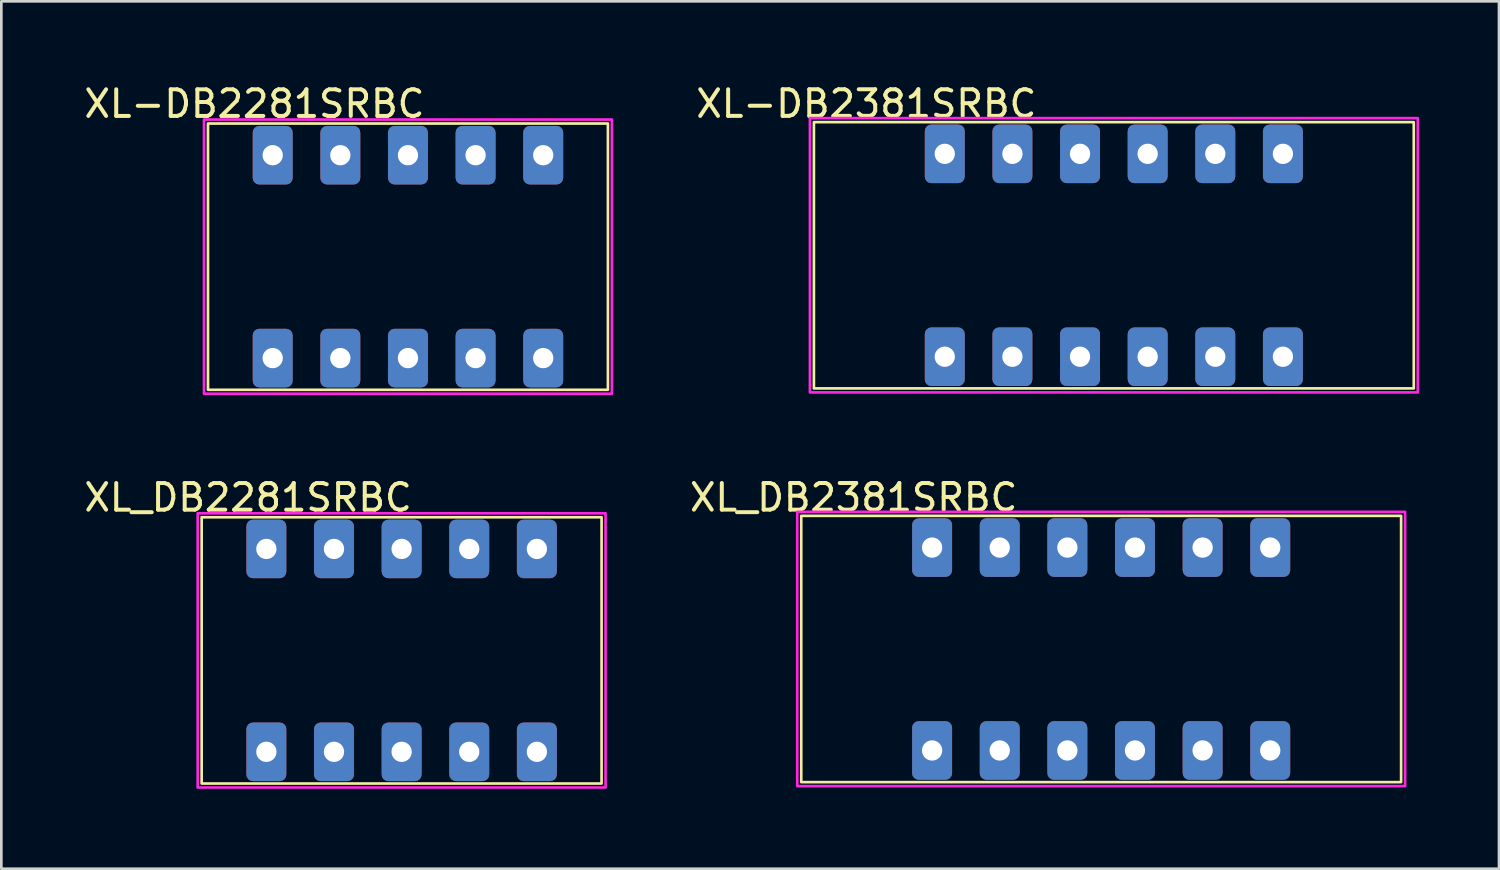
<source format=kicad_pcb>
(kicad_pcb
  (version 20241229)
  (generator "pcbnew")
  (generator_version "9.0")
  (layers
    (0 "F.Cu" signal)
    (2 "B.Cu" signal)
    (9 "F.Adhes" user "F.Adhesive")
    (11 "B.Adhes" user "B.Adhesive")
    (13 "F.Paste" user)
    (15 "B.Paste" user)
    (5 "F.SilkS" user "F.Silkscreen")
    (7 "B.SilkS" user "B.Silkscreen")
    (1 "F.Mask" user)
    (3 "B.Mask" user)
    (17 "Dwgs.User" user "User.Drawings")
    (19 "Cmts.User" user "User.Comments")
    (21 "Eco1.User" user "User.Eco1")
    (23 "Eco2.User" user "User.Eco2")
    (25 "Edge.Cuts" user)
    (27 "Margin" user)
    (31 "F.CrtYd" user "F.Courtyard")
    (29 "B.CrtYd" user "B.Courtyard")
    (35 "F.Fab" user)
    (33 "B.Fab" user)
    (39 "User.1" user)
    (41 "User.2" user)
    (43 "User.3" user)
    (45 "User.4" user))
  (footprint "XL-DB2281SRBC"
    (layer "F.Cu")
    (at 12.272 6.589)
    (property "Reference" "XL-DB2281SRBC" (at -5.766 -5.74 0) (layer "F.SilkS") (effects (font (size 1 1) (thickness 0.15))))
    (attr through_hole)
    (fp_rect (start -7.51 -5) (end 7.51 5) (stroke (width 0.1) (type solid)) (fill no) (layer "F.SilkS"))
    (fp_rect (start -7.66 -5.15) (end 7.66 5.15) (stroke (width 0.1) (type solid)) (fill no) (layer "F.CrtYd"))
    (pad "1" thru_hole roundrect (at -5.08 3.81) (size 1.5 2.2) (drill 0.762) (layers "*.Cu" "*.Mask") (roundrect_rratio 0.164))
    (pad "2" thru_hole roundrect (at -2.54 3.81) (size 1.5 2.2) (drill 0.762) (layers "*.Cu" "*.Mask") (roundrect_rratio 0.164))
    (pad "3" thru_hole roundrect (at 0 3.81) (size 1.5 2.2) (drill 0.762) (layers "*.Cu" "*.Mask") (roundrect_rratio 0.164))
    (pad "4" thru_hole roundrect (at 2.54 3.81) (size 1.5 2.2) (drill 0.762) (layers "*.Cu" "*.Mask") (roundrect_rratio 0.167))
    (pad "5" thru_hole roundrect (at 5.08 3.81) (size 1.5 2.2) (drill 0.762) (layers "*.Cu" "*.Mask") (roundrect_rratio 0.167))
    (pad "6" thru_hole roundrect (at 5.08 -3.81) (size 1.5 2.2) (drill 0.762) (layers "*.Cu" "*.Mask") (roundrect_rratio 0.167))
    (pad "7" thru_hole roundrect (at 2.54 -3.81) (size 1.5 2.2) (drill 0.762) (layers "*.Cu" "*.Mask") (roundrect_rratio 0.167))
    (pad "8" thru_hole roundrect (at 0 -3.81) (size 1.5 2.2) (drill 0.762) (layers "*.Cu" "*.Mask") (roundrect_rratio 0.167))
    (pad "9" thru_hole roundrect (at -2.54 -3.81) (size 1.5 2.2) (drill 0.762) (layers "*.Cu" "*.Mask") (roundrect_rratio 0.167))
    (pad "10" thru_hole roundrect (at -5.08 -3.81) (size 1.5 2.2) (drill 0.762) (layers "*.Cu" "*.Mask") (roundrect_rratio 0.164)))
  (footprint "XL_DB2281SRBC"
    (layer "F.Cu")
    (at 12.034 21.377)
    (property "Reference" "XL_DB2281SRBC" (at -5.766 -5.74 0) (layer "F.SilkS") (effects (font (size 1 1) (thickness 0.15))))
    (attr through_hole)
    (fp_rect (start -7.51 -5) (end 7.51 5) (stroke (width 0.1) (type solid)) (fill no) (layer "F.SilkS"))
    (fp_rect (start -7.66 -5.15) (end 7.66 5.15) (stroke (width 0.1) (type solid)) (fill no) (layer "F.CrtYd"))
    (pad "1" thru_hole roundrect (at -5.08 3.81) (size 1.5 2.2) (drill 0.762) (layers "*.Cu" "*.Mask") (roundrect_rratio 0.164))
    (pad "2" thru_hole roundrect (at -2.54 3.81) (size 1.5 2.2) (drill 0.762) (layers "*.Cu" "*.Mask") (roundrect_rratio 0.164))
    (pad "3" thru_hole roundrect (at 0 3.81) (size 1.5 2.2) (drill 0.762) (layers "*.Cu" "*.Mask") (roundrect_rratio 0.164))
    (pad "4" thru_hole roundrect (at 2.54 3.81) (size 1.5 2.2) (drill 0.762) (layers "*.Cu" "*.Mask") (roundrect_rratio 0.167))
    (pad "5" thru_hole roundrect (at 5.08 3.81) (size 1.5 2.2) (drill 0.762) (layers "*.Cu" "*.Mask") (roundrect_rratio 0.167))
    (pad "6" thru_hole roundrect (at 5.08 -3.81) (size 1.5 2.2) (drill 0.762) (layers "*.Cu" "*.Mask") (roundrect_rratio 0.167))
    (pad "7" thru_hole roundrect (at 2.54 -3.81) (size 1.5 2.2) (drill 0.762) (layers "*.Cu" "*.Mask") (roundrect_rratio 0.167))
    (pad "8" thru_hole roundrect (at 0 -3.81) (size 1.5 2.2) (drill 0.762) (layers "*.Cu" "*.Mask") (roundrect_rratio 0.167))
    (pad "9" thru_hole roundrect (at -2.54 -3.81) (size 1.5 2.2) (drill 0.762) (layers "*.Cu" "*.Mask") (roundrect_rratio 0.167))
    (pad "10" thru_hole roundrect (at -5.08 -3.81) (size 1.5 2.2) (drill 0.762) (layers "*.Cu" "*.Mask") (roundrect_rratio 0.164)))
  (footprint "XL_DB2381SRBC"
    (layer "F.Cu")
    (at 38.308 21.326)
    (property "Reference" "XL_DB2381SRBC" (at -9.296 -5.69 0) (layer "F.SilkS") (effects (font (size 1 1) (thickness 0.15))))
    (attr through_hole)
    (fp_rect (start -11.265 -5) (end 11.265 5) (stroke (width 0.1) (type solid)) (fill no) (layer "F.SilkS"))
    (fp_rect (start -11.415 -5.15) (end 11.415 5.15) (stroke (width 0.1) (type solid)) (fill no) (layer "F.CrtYd"))
    (pad "1" thru_hole roundrect (at -6.35 3.81) (size 1.5 2.2) (drill 0.762) (layers "*.Cu" "*.Mask") (roundrect_rratio 0.164))
    (pad "2" thru_hole roundrect (at -3.81 3.81) (size 1.5 2.2) (drill 0.762) (layers "*.Cu" "*.Mask") (roundrect_rratio 0.164))
    (pad "3" thru_hole roundrect (at -1.27 3.81) (size 1.5 2.2) (drill 0.762) (layers "*.Cu" "*.Mask") (roundrect_rratio 0.164))
    (pad "4" thru_hole roundrect (at 1.27 3.81) (size 1.5 2.2) (drill 0.762) (layers "*.Cu" "*.Mask") (roundrect_rratio 0.167))
    (pad "5" thru_hole roundrect (at 3.81 3.81) (size 1.5 2.2) (drill 0.762) (layers "*.Cu" "*.Mask") (roundrect_rratio 0.167))
    (pad "6" thru_hole roundrect (at 6.35 3.81) (size 1.5 2.2) (drill 0.762) (layers "*.Cu" "*.Mask") (roundrect_rratio 0.167))
    (pad "7" thru_hole roundrect (at 6.35 -3.81) (size 1.5 2.2) (drill 0.762) (layers "*.Cu" "*.Mask") (roundrect_rratio 0.167))
    (pad "8" thru_hole roundrect (at 3.81 -3.81) (size 1.5 2.2) (drill 0.762) (layers "*.Cu" "*.Mask") (roundrect_rratio 0.167))
    (pad "9" thru_hole roundrect (at 1.27 -3.81) (size 1.5 2.2) (drill 0.762) (layers "*.Cu" "*.Mask") (roundrect_rratio 0.167))
    (pad "10" thru_hole roundrect (at -1.27 -3.81) (size 1.5 2.2) (drill 0.762) (layers "*.Cu" "*.Mask") (roundrect_rratio 0.167))
    (pad "11" thru_hole roundrect (at -3.81 -3.81) (size 1.5 2.2) (drill 0.762) (layers "*.Cu" "*.Mask") (roundrect_rratio 0.167))
    (pad "12" thru_hole roundrect (at -6.35 -3.81) (size 1.5 2.2) (drill 0.762) (layers "*.Cu" "*.Mask") (roundrect_rratio 0.164)))
  (footprint "XL-DB2381SRBC"
    (layer "F.Cu")
    (at 38.784 6.538)
    (property "Reference" "XL-DB2381SRBC" (at -9.296 -5.69 0) (layer "F.SilkS") (effects (font (size 1 1) (thickness 0.15))))
    (attr through_hole)
    (fp_rect (start -11.265 -5) (end 11.265 5) (stroke (width 0.1) (type solid)) (fill no) (layer "F.SilkS"))
    (fp_rect (start -11.415 -5.15) (end 11.415 5.15) (stroke (width 0.1) (type solid)) (fill no) (layer "F.CrtYd"))
    (pad "1" thru_hole roundrect (at -6.35 3.81) (size 1.5 2.2) (drill 0.762) (layers "*.Cu" "*.Mask") (roundrect_rratio 0.164))
    (pad "2" thru_hole roundrect (at -3.81 3.81) (size 1.5 2.2) (drill 0.762) (layers "*.Cu" "*.Mask") (roundrect_rratio 0.164))
    (pad "3" thru_hole roundrect (at -1.27 3.81) (size 1.5 2.2) (drill 0.762) (layers "*.Cu" "*.Mask") (roundrect_rratio 0.164))
    (pad "4" thru_hole roundrect (at 1.27 3.81) (size 1.5 2.2) (drill 0.762) (layers "*.Cu" "*.Mask") (roundrect_rratio 0.167))
    (pad "5" thru_hole roundrect (at 3.81 3.81) (size 1.5 2.2) (drill 0.762) (layers "*.Cu" "*.Mask") (roundrect_rratio 0.167))
    (pad "6" thru_hole roundrect (at 6.35 3.81) (size 1.5 2.2) (drill 0.762) (layers "*.Cu" "*.Mask") (roundrect_rratio 0.167))
    (pad "7" thru_hole roundrect (at 6.35 -3.81) (size 1.5 2.2) (drill 0.762) (layers "*.Cu" "*.Mask") (roundrect_rratio 0.167))
    (pad "8" thru_hole roundrect (at 3.81 -3.81) (size 1.5 2.2) (drill 0.762) (layers "*.Cu" "*.Mask") (roundrect_rratio 0.167))
    (pad "9" thru_hole roundrect (at 1.27 -3.81) (size 1.5 2.2) (drill 0.762) (layers "*.Cu" "*.Mask") (roundrect_rratio 0.167))
    (pad "10" thru_hole roundrect (at -1.27 -3.81) (size 1.5 2.2) (drill 0.762) (layers "*.Cu" "*.Mask") (roundrect_rratio 0.167))
    (pad "11" thru_hole roundrect (at -3.81 -3.81) (size 1.5 2.2) (drill 0.762) (layers "*.Cu" "*.Mask") (roundrect_rratio 0.167))
    (pad "12" thru_hole roundrect (at -6.35 -3.81) (size 1.5 2.2) (drill 0.762) (layers "*.Cu" "*.Mask") (roundrect_rratio 0.164)))
  (gr_rect
    (start -3 -3)
    (end 53.249 29.577)
    (stroke (width 0.1) (type default))
    (fill no)
    (layer "Edge.Cuts")))
</source>
